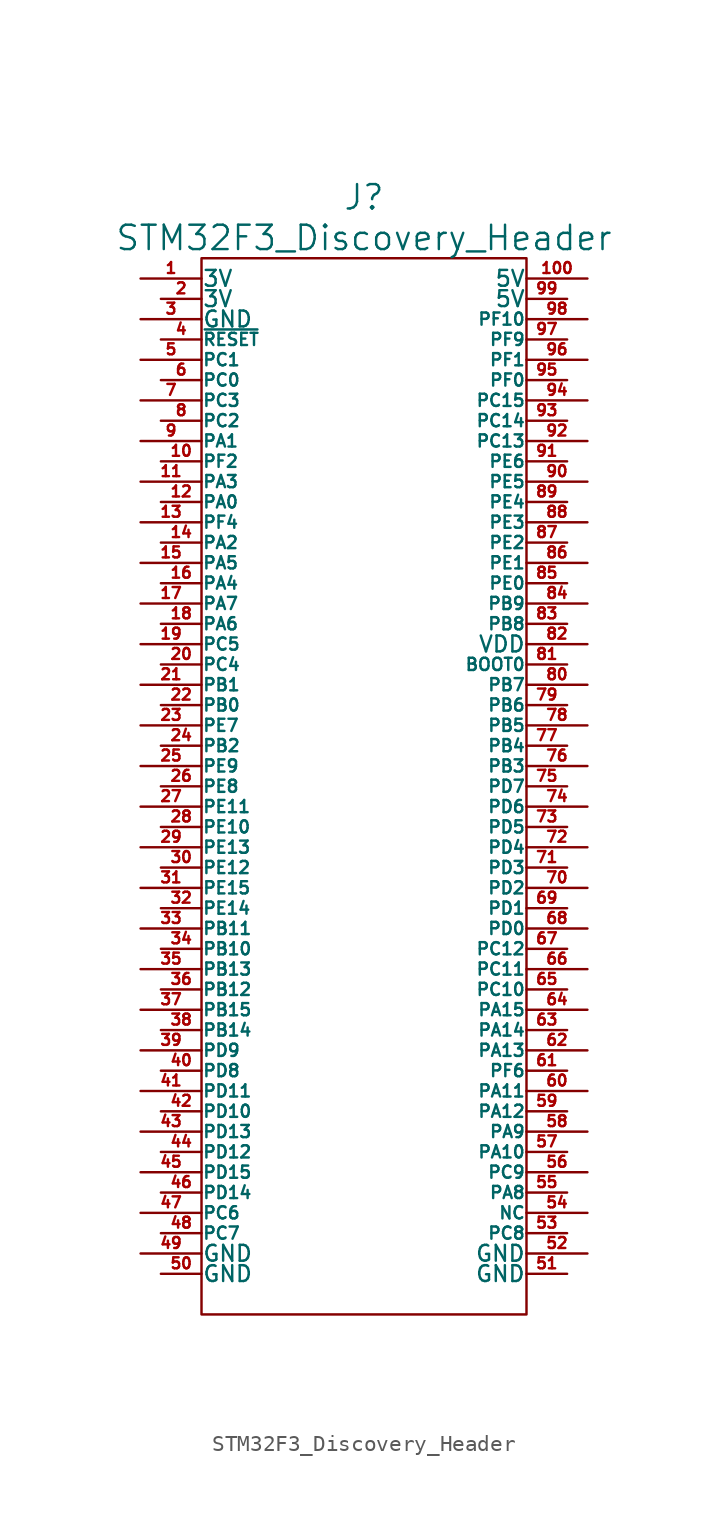
<source format=kicad_sym>
(kicad_symbol_lib
  (version 20220914)
  (generator kicad_symbol_editor)
  (symbol "STM32F3_Discovery_Header"
    (pin_names
      (offset 0.025))
    (property "Reference" "J"
      (at 0 36.83 0)
      (effects (font (size 1.524 1.524))))
    (property "Value" "STM32F3_Discovery_Header"
      (at 0 34.29 0)
      (effects (font (size 1.524 1.524))))
    (property "Footprint" ""
      (at 0 8.89 0)
      (effects (font (size 1.524 1.524))))
    (property "Datasheet" ""
      (at 0 0 0)
      (effects (font (size 1.524 1.524))))
    (symbol "STM32F3_Discovery_Header_0_1"
      (rectangle (start 10.16 -33.02) (end -10.16 33.02) (stroke (width 0) (type solid)) (fill (type none))))
    (symbol "STM32F3_Discovery_Header_1_1"
      (pin passive line (at -13.97 31.75 0) (length 3.81) (name "3V" (effects (font (size 0.991 0.991)))) (number "1" (effects (font (size 0.686 0.686)))))
      (pin passive line (at -12.7 20.32 0) (length 2.54) (name "PF2" (effects (font (size 0.762 0.762)))) (number "10" (effects (font (size 0.686 0.686)))))
      (pin passive line (at 13.97 31.75 180) (length 3.81) (name "5V" (effects (font (size 0.991 0.991)))) (number "100" (effects (font (size 0.686 0.686)))))
      (pin passive line (at -13.97 19.05 0) (length 3.81) (name "PA3" (effects (font (size 0.762 0.762)))) (number "11" (effects (font (size 0.686 0.686)))))
      (pin passive line (at -12.7 17.78 0) (length 2.54) (name "PA0" (effects (font (size 0.762 0.762)))) (number "12" (effects (font (size 0.686 0.686)))))
      (pin passive line (at -13.97 16.51 0) (length 3.81) (name "PF4" (effects (font (size 0.762 0.762)))) (number "13" (effects (font (size 0.686 0.686)))))
      (pin passive line (at -12.7 15.24 0) (length 2.54) (name "PA2" (effects (font (size 0.762 0.762)))) (number "14" (effects (font (size 0.686 0.686)))))
      (pin passive line (at -13.97 13.97 0) (length 3.81) (name "PA5" (effects (font (size 0.762 0.762)))) (number "15" (effects (font (size 0.686 0.686)))))
      (pin passive line (at -12.7 12.7 0) (length 2.54) (name "PA4" (effects (font (size 0.762 0.762)))) (number "16" (effects (font (size 0.686 0.686)))))
      (pin passive line (at -13.97 11.43 0) (length 3.81) (name "PA7" (effects (font (size 0.762 0.762)))) (number "17" (effects (font (size 0.686 0.686)))))
      (pin passive line (at -12.7 10.16 0) (length 2.54) (name "PA6" (effects (font (size 0.762 0.762)))) (number "18" (effects (font (size 0.686 0.686)))))
      (pin passive line (at -13.97 8.89 0) (length 3.81) (name "PC5" (effects (font (size 0.762 0.762)))) (number "19" (effects (font (size 0.686 0.686)))))
      (pin passive line (at -12.7 30.48 0) (length 2.54) (name "3V" (effects (font (size 0.991 0.991)))) (number "2" (effects (font (size 0.686 0.686)))))
      (pin passive line (at -12.7 7.62 0) (length 2.54) (name "PC4" (effects (font (size 0.762 0.762)))) (number "20" (effects (font (size 0.686 0.686)))))
      (pin passive line (at -13.97 6.35 0) (length 3.81) (name "PB1" (effects (font (size 0.762 0.762)))) (number "21" (effects (font (size 0.686 0.686)))))
      (pin passive line (at -12.7 5.08 0) (length 2.54) (name "PB0" (effects (font (size 0.762 0.762)))) (number "22" (effects (font (size 0.686 0.686)))))
      (pin passive line (at -13.97 3.81 0) (length 3.81) (name "PE7" (effects (font (size 0.762 0.762)))) (number "23" (effects (font (size 0.686 0.686)))))
      (pin passive line (at -12.7 2.54 0) (length 2.54) (name "PB2" (effects (font (size 0.762 0.762)))) (number "24" (effects (font (size 0.686 0.686)))))
      (pin passive line (at -13.97 1.27 0) (length 3.81) (name "PE9" (effects (font (size 0.762 0.762)))) (number "25" (effects (font (size 0.686 0.686)))))
      (pin passive line (at -12.7 0 0) (length 2.54) (name "PE8" (effects (font (size 0.762 0.762)))) (number "26" (effects (font (size 0.686 0.686)))))
      (pin passive line (at -13.97 -1.27 0) (length 3.81) (name "PE11" (effects (font (size 0.762 0.762)))) (number "27" (effects (font (size 0.686 0.686)))))
      (pin passive line (at -12.7 -2.54 0) (length 2.54) (name "PE10" (effects (font (size 0.762 0.762)))) (number "28" (effects (font (size 0.686 0.686)))))
      (pin passive line (at -13.97 -3.81 0) (length 3.81) (name "PE13" (effects (font (size 0.762 0.762)))) (number "29" (effects (font (size 0.686 0.686)))))
      (pin passive line (at -13.97 29.21 0) (length 3.81) (name "GND" (effects (font (size 0.991 0.991)))) (number "3" (effects (font (size 0.686 0.686)))))
      (pin passive line (at -12.7 -5.08 0) (length 2.54) (name "PE12" (effects (font (size 0.762 0.762)))) (number "30" (effects (font (size 0.686 0.686)))))
      (pin passive line (at -13.97 -6.35 0) (length 3.81) (name "PE15" (effects (font (size 0.762 0.762)))) (number "31" (effects (font (size 0.686 0.686)))))
      (pin passive line (at -12.7 -7.62 0) (length 2.54) (name "PE14" (effects (font (size 0.762 0.762)))) (number "32" (effects (font (size 0.686 0.686)))))
      (pin passive line (at -13.97 -8.89 0) (length 3.81) (name "PB11" (effects (font (size 0.762 0.762)))) (number "33" (effects (font (size 0.686 0.686)))))
      (pin passive line (at -12.7 -10.16 0) (length 2.54) (name "PB10" (effects (font (size 0.762 0.762)))) (number "34" (effects (font (size 0.686 0.686)))))
      (pin passive line (at -13.97 -11.43 0) (length 3.81) (name "PB13" (effects (font (size 0.762 0.762)))) (number "35" (effects (font (size 0.686 0.686)))))
      (pin passive line (at -12.7 -12.7 0) (length 2.54) (name "PB12" (effects (font (size 0.762 0.762)))) (number "36" (effects (font (size 0.686 0.686)))))
      (pin passive line (at -13.97 -13.97 0) (length 3.81) (name "PB15" (effects (font (size 0.762 0.762)))) (number "37" (effects (font (size 0.686 0.686)))))
      (pin passive line (at -12.7 -15.24 0) (length 2.54) (name "PB14" (effects (font (size 0.762 0.762)))) (number "38" (effects (font (size 0.686 0.686)))))
      (pin passive line (at -13.97 -16.51 0) (length 3.81) (name "PD9" (effects (font (size 0.762 0.762)))) (number "39" (effects (font (size 0.686 0.686)))))
      (pin passive line (at -12.7 27.94 0) (length 2.54) (name "~{RESET}" (effects (font (size 0.762 0.762)))) (number "4" (effects (font (size 0.686 0.686)))))
      (pin passive line (at -12.7 -17.78 0) (length 2.54) (name "PD8" (effects (font (size 0.762 0.762)))) (number "40" (effects (font (size 0.686 0.686)))))
      (pin passive line (at -13.97 -19.05 0) (length 3.81) (name "PD11" (effects (font (size 0.762 0.762)))) (number "41" (effects (font (size 0.686 0.686)))))
      (pin passive line (at -12.7 -20.32 0) (length 2.54) (name "PD10" (effects (font (size 0.762 0.762)))) (number "42" (effects (font (size 0.686 0.686)))))
      (pin passive line (at -13.97 -21.59 0) (length 3.81) (name "PD13" (effects (font (size 0.762 0.762)))) (number "43" (effects (font (size 0.686 0.686)))))
      (pin passive line (at -12.7 -22.86 0) (length 2.54) (name "PD12" (effects (font (size 0.762 0.762)))) (number "44" (effects (font (size 0.686 0.686)))))
      (pin passive line (at -13.97 -24.13 0) (length 3.81) (name "PD15" (effects (font (size 0.762 0.762)))) (number "45" (effects (font (size 0.686 0.686)))))
      (pin passive line (at -12.7 -25.4 0) (length 2.54) (name "PD14" (effects (font (size 0.762 0.762)))) (number "46" (effects (font (size 0.686 0.686)))))
      (pin passive line (at -13.97 -26.67 0) (length 3.81) (name "PC6" (effects (font (size 0.762 0.762)))) (number "47" (effects (font (size 0.686 0.686)))))
      (pin passive line (at -12.7 -27.94 0) (length 2.54) (name "PC7" (effects (font (size 0.762 0.762)))) (number "48" (effects (font (size 0.686 0.686)))))
      (pin passive line (at -13.97 -29.21 0) (length 3.81) (name "GND" (effects (font (size 0.991 0.991)))) (number "49" (effects (font (size 0.686 0.686)))))
      (pin passive line (at -13.97 26.67 0) (length 3.81) (name "PC1" (effects (font (size 0.762 0.762)))) (number "5" (effects (font (size 0.686 0.686)))))
      (pin passive line (at -12.7 -30.48 0) (length 2.54) (name "GND" (effects (font (size 0.991 0.991)))) (number "50" (effects (font (size 0.686 0.686)))))
      (pin passive line (at 12.7 -30.48 180) (length 2.54) (name "GND" (effects (font (size 0.991 0.991)))) (number "51" (effects (font (size 0.686 0.686)))))
      (pin passive line (at 13.97 -29.21 180) (length 3.81) (name "GND" (effects (font (size 0.991 0.991)))) (number "52" (effects (font (size 0.686 0.686)))))
      (pin passive line (at 12.7 -27.94 180) (length 2.54) (name "PC8" (effects (font (size 0.762 0.762)))) (number "53" (effects (font (size 0.686 0.686)))))
      (pin passive line (at 13.97 -26.67 180) (length 3.81) (name "NC" (effects (font (size 0.762 0.762)))) (number "54" (effects (font (size 0.686 0.686)))))
      (pin passive line (at 12.7 -25.4 180) (length 2.54) (name "PA8" (effects (font (size 0.762 0.762)))) (number "55" (effects (font (size 0.686 0.686)))))
      (pin passive line (at 13.97 -24.13 180) (length 3.81) (name "PC9" (effects (font (size 0.762 0.762)))) (number "56" (effects (font (size 0.686 0.686)))))
      (pin passive line (at 12.7 -22.86 180) (length 2.54) (name "PA10" (effects (font (size 0.762 0.762)))) (number "57" (effects (font (size 0.686 0.686)))))
      (pin passive line (at 13.97 -21.59 180) (length 3.81) (name "PA9" (effects (font (size 0.762 0.762)))) (number "58" (effects (font (size 0.686 0.686)))))
      (pin passive line (at 12.7 -20.32 180) (length 2.54) (name "PA12" (effects (font (size 0.762 0.762)))) (number "59" (effects (font (size 0.686 0.686)))))
      (pin passive line (at -12.7 25.4 0) (length 2.54) (name "PC0" (effects (font (size 0.762 0.762)))) (number "6" (effects (font (size 0.686 0.686)))))
      (pin passive line (at 13.97 -19.05 180) (length 3.81) (name "PA11" (effects (font (size 0.762 0.762)))) (number "60" (effects (font (size 0.686 0.686)))))
      (pin passive line (at 12.7 -17.78 180) (length 2.54) (name "PF6" (effects (font (size 0.762 0.762)))) (number "61" (effects (font (size 0.686 0.686)))))
      (pin passive line (at 13.97 -16.51 180) (length 3.81) (name "PA13" (effects (font (size 0.762 0.762)))) (number "62" (effects (font (size 0.686 0.686)))))
      (pin passive line (at 12.7 -15.24 180) (length 2.54) (name "PA14" (effects (font (size 0.762 0.762)))) (number "63" (effects (font (size 0.686 0.686)))))
      (pin passive line (at 13.97 -13.97 180) (length 3.81) (name "PA15" (effects (font (size 0.762 0.762)))) (number "64" (effects (font (size 0.686 0.686)))))
      (pin passive line (at 12.7 -12.7 180) (length 2.54) (name "PC10" (effects (font (size 0.762 0.762)))) (number "65" (effects (font (size 0.686 0.686)))))
      (pin passive line (at 13.97 -11.43 180) (length 3.81) (name "PC11" (effects (font (size 0.762 0.762)))) (number "66" (effects (font (size 0.686 0.686)))))
      (pin passive line (at 12.7 -10.16 180) (length 2.54) (name "PC12" (effects (font (size 0.762 0.762)))) (number "67" (effects (font (size 0.686 0.686)))))
      (pin passive line (at 13.97 -8.89 180) (length 3.81) (name "PD0" (effects (font (size 0.762 0.762)))) (number "68" (effects (font (size 0.686 0.686)))))
      (pin passive line (at 12.7 -7.62 180) (length 2.54) (name "PD1" (effects (font (size 0.762 0.762)))) (number "69" (effects (font (size 0.686 0.686)))))
      (pin passive line (at -13.97 24.13 0) (length 3.81) (name "PC3" (effects (font (size 0.762 0.762)))) (number "7" (effects (font (size 0.686 0.686)))))
      (pin passive line (at 13.97 -6.35 180) (length 3.81) (name "PD2" (effects (font (size 0.762 0.762)))) (number "70" (effects (font (size 0.686 0.686)))))
      (pin passive line (at 12.7 -5.08 180) (length 2.54) (name "PD3" (effects (font (size 0.762 0.762)))) (number "71" (effects (font (size 0.686 0.686)))))
      (pin passive line (at 13.97 -3.81 180) (length 3.81) (name "PD4" (effects (font (size 0.762 0.762)))) (number "72" (effects (font (size 0.686 0.686)))))
      (pin passive line (at 12.7 -2.54 180) (length 2.54) (name "PD5" (effects (font (size 0.762 0.762)))) (number "73" (effects (font (size 0.686 0.686)))))
      (pin passive line (at 13.97 -1.27 180) (length 3.81) (name "PD6" (effects (font (size 0.762 0.762)))) (number "74" (effects (font (size 0.686 0.686)))))
      (pin passive line (at 12.7 0 180) (length 2.54) (name "PD7" (effects (font (size 0.762 0.762)))) (number "75" (effects (font (size 0.686 0.686)))))
      (pin passive line (at 13.97 1.27 180) (length 3.81) (name "PB3" (effects (font (size 0.762 0.762)))) (number "76" (effects (font (size 0.686 0.686)))))
      (pin passive line (at 12.7 2.54 180) (length 2.54) (name "PB4" (effects (font (size 0.762 0.762)))) (number "77" (effects (font (size 0.686 0.686)))))
      (pin passive line (at 13.97 3.81 180) (length 3.81) (name "PB5" (effects (font (size 0.762 0.762)))) (number "78" (effects (font (size 0.686 0.686)))))
      (pin passive line (at 12.7 5.08 180) (length 2.54) (name "PB6" (effects (font (size 0.762 0.762)))) (number "79" (effects (font (size 0.686 0.686)))))
      (pin passive line (at -12.7 22.86 0) (length 2.54) (name "PC2" (effects (font (size 0.762 0.762)))) (number "8" (effects (font (size 0.686 0.686)))))
      (pin passive line (at 13.97 6.35 180) (length 3.81) (name "PB7" (effects (font (size 0.762 0.762)))) (number "80" (effects (font (size 0.686 0.686)))))
      (pin passive line (at 12.7 7.62 180) (length 2.54) (name "BOOT0" (effects (font (size 0.762 0.762)))) (number "81" (effects (font (size 0.686 0.686)))))
      (pin passive line (at 13.97 8.89 180) (length 3.81) (name "VDD" (effects (font (size 0.991 0.991)))) (number "82" (effects (font (size 0.686 0.686)))))
      (pin passive line (at 12.7 10.16 180) (length 2.54) (name "PB8" (effects (font (size 0.762 0.762)))) (number "83" (effects (font (size 0.686 0.686)))))
      (pin passive line (at 13.97 11.43 180) (length 3.81) (name "PB9" (effects (font (size 0.762 0.762)))) (number "84" (effects (font (size 0.686 0.686)))))
      (pin passive line (at 12.7 12.7 180) (length 2.54) (name "PE0" (effects (font (size 0.762 0.762)))) (number "85" (effects (font (size 0.686 0.686)))))
      (pin passive line (at 13.97 13.97 180) (length 3.81) (name "PE1" (effects (font (size 0.762 0.762)))) (number "86" (effects (font (size 0.686 0.686)))))
      (pin passive line (at 12.7 15.24 180) (length 2.54) (name "PE2" (effects (font (size 0.762 0.762)))) (number "87" (effects (font (size 0.686 0.686)))))
      (pin passive line (at 13.97 16.51 180) (length 3.81) (name "PE3" (effects (font (size 0.762 0.762)))) (number "88" (effects (font (size 0.686 0.686)))))
      (pin passive line (at 12.7 17.78 180) (length 2.54) (name "PE4" (effects (font (size 0.762 0.762)))) (number "89" (effects (font (size 0.686 0.686)))))
      (pin passive line (at -13.97 21.59 0) (length 3.81) (name "PA1" (effects (font (size 0.762 0.762)))) (number "9" (effects (font (size 0.686 0.686)))))
      (pin passive line (at 13.97 19.05 180) (length 3.81) (name "PE5" (effects (font (size 0.762 0.762)))) (number "90" (effects (font (size 0.686 0.686)))))
      (pin passive line (at 12.7 20.32 180) (length 2.54) (name "PE6" (effects (font (size 0.762 0.762)))) (number "91" (effects (font (size 0.686 0.686)))))
      (pin passive line (at 13.97 21.59 180) (length 3.81) (name "PC13" (effects (font (size 0.762 0.762)))) (number "92" (effects (font (size 0.686 0.686)))))
      (pin passive line (at 12.7 22.86 180) (length 2.54) (name "PC14" (effects (font (size 0.762 0.762)))) (number "93" (effects (font (size 0.686 0.686)))))
      (pin passive line (at 13.97 24.13 180) (length 3.81) (name "PC15" (effects (font (size 0.762 0.762)))) (number "94" (effects (font (size 0.686 0.686)))))
      (pin passive line (at 12.7 25.4 180) (length 2.54) (name "PF0" (effects (font (size 0.762 0.762)))) (number "95" (effects (font (size 0.686 0.686)))))
      (pin passive line (at 13.97 26.67 180) (length 3.81) (name "PF1" (effects (font (size 0.762 0.762)))) (number "96" (effects (font (size 0.686 0.686)))))
      (pin passive line (at 12.7 27.94 180) (length 2.54) (name "PF9" (effects (font (size 0.762 0.762)))) (number "97" (effects (font (size 0.686 0.686)))))
      (pin passive line (at 13.97 29.21 180) (length 3.81) (name "PF10" (effects (font (size 0.762 0.762)))) (number "98" (effects (font (size 0.686 0.686)))))
      (pin passive line (at 12.7 30.48 180) (length 2.54) (name "5V" (effects (font (size 0.991 0.991)))) (number "99" (effects (font (size 0.686 0.686))))))))
</source>
